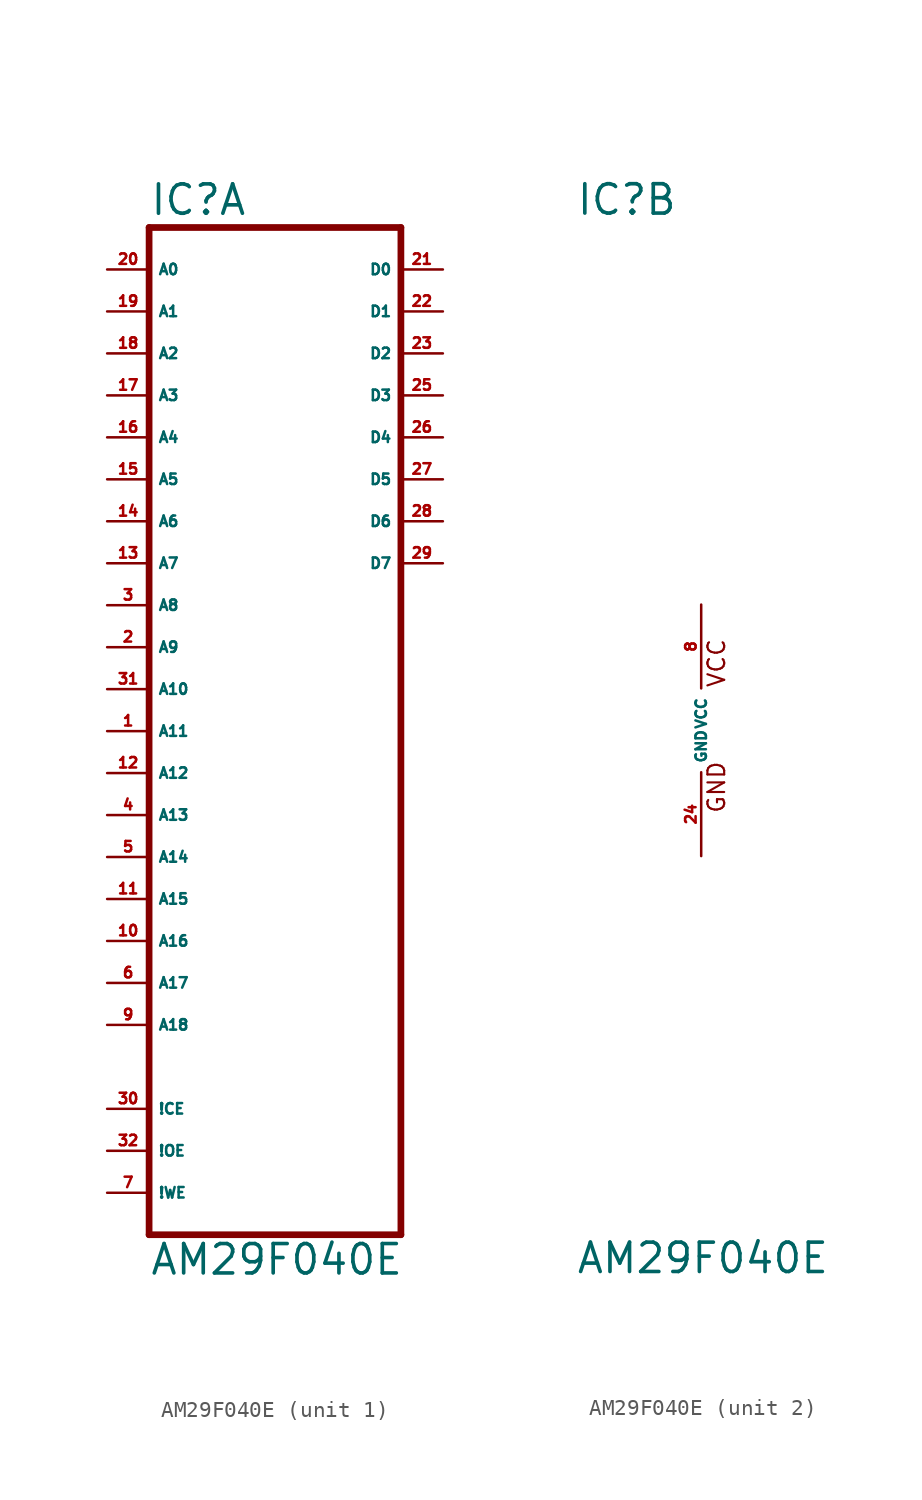
<source format=kicad_sym>
(kicad_symbol_lib
  (version 20220914)
  (generator Eagle2Kicad)
  (symbol "AM29F040E"
    (property "Reference" "IC"
      (at -7.62 31.115 0)
      (effects (font (size 1.778 1.778) (thickness 0.22)) (justify left bottom)))
    (property "Value" "AM29F040E"
      (at -7.62 -33.02 0)
      (effects (font (size 1.778 1.778) (thickness 0.22)) (justify left bottom)))
    (symbol "AM29F040E_1_0"
      (polyline (pts (xy -7.62 -30.48) (xy 7.62 -30.48)) (stroke (width 0.406) (type default)) (fill (type none)))
      (polyline (pts (xy 7.62 -30.48) (xy 7.62 30.48)) (stroke (width 0.406) (type default)) (fill (type none)))
      (polyline (pts (xy 7.62 30.48) (xy -7.62 30.48)) (stroke (width 0.406) (type default)) (fill (type none)))
      (polyline (pts (xy -7.62 30.48) (xy -7.62 -30.48)) (stroke (width 0.406) (type default)) (fill (type none)))
      (pin input line (at -10.16 -27.94 0) (length 2.54) (name "!WE" (effects (font (size 0.635 0.635) (thickness 0.08)) (justify left bottom))) (number "7" (effects (font (size 0.635 0.635) (thickness 0.08)) (justify left bottom))))
      (pin input line (at -10.16 -2.54 0) (length 2.54) (name "A12" (effects (font (size 0.635 0.635) (thickness 0.08)) (justify left bottom))) (number "12" (effects (font (size 0.635 0.635) (thickness 0.08)) (justify left bottom))))
      (pin input line (at -10.16 10.16 0) (length 2.54) (name "A7" (effects (font (size 0.635 0.635) (thickness 0.08)) (justify left bottom))) (number "13" (effects (font (size 0.635 0.635) (thickness 0.08)) (justify left bottom))))
      (pin input line (at -10.16 12.7 0) (length 2.54) (name "A6" (effects (font (size 0.635 0.635) (thickness 0.08)) (justify left bottom))) (number "14" (effects (font (size 0.635 0.635) (thickness 0.08)) (justify left bottom))))
      (pin input line (at -10.16 15.24 0) (length 2.54) (name "A5" (effects (font (size 0.635 0.635) (thickness 0.08)) (justify left bottom))) (number "15" (effects (font (size 0.635 0.635) (thickness 0.08)) (justify left bottom))))
      (pin input line (at -10.16 17.78 0) (length 2.54) (name "A4" (effects (font (size 0.635 0.635) (thickness 0.08)) (justify left bottom))) (number "16" (effects (font (size 0.635 0.635) (thickness 0.08)) (justify left bottom))))
      (pin input line (at -10.16 20.32 0) (length 2.54) (name "A3" (effects (font (size 0.635 0.635) (thickness 0.08)) (justify left bottom))) (number "17" (effects (font (size 0.635 0.635) (thickness 0.08)) (justify left bottom))))
      (pin input line (at -10.16 22.86 0) (length 2.54) (name "A2" (effects (font (size 0.635 0.635) (thickness 0.08)) (justify left bottom))) (number "18" (effects (font (size 0.635 0.635) (thickness 0.08)) (justify left bottom))))
      (pin input line (at -10.16 25.4 0) (length 2.54) (name "A1" (effects (font (size 0.635 0.635) (thickness 0.08)) (justify left bottom))) (number "19" (effects (font (size 0.635 0.635) (thickness 0.08)) (justify left bottom))))
      (pin input line (at -10.16 27.94 0) (length 2.54) (name "A0" (effects (font (size 0.635 0.635) (thickness 0.08)) (justify left bottom))) (number "20" (effects (font (size 0.635 0.635) (thickness 0.08)) (justify left bottom))))
      (pin tri_state line (at 10.16 27.94 180) (length 2.54) (name "D0" (effects (font (size 0.635 0.635) (thickness 0.08)) (justify left bottom))) (number "21" (effects (font (size 0.635 0.635) (thickness 0.08)) (justify left bottom))))
      (pin input line (at -10.16 -22.86 0) (length 2.54) (name "!CE" (effects (font (size 0.635 0.635) (thickness 0.08)) (justify left bottom))) (number "30" (effects (font (size 0.635 0.635) (thickness 0.08)) (justify left bottom))))
      (pin input line (at -10.16 2.54 0) (length 2.54) (name "A10" (effects (font (size 0.635 0.635) (thickness 0.08)) (justify left bottom))) (number "31" (effects (font (size 0.635 0.635) (thickness 0.08)) (justify left bottom))))
      (pin input line (at -10.16 -25.4 0) (length 2.54) (name "!OE" (effects (font (size 0.635 0.635) (thickness 0.08)) (justify left bottom))) (number "32" (effects (font (size 0.635 0.635) (thickness 0.08)) (justify left bottom))))
      (pin input line (at -10.16 0 0) (length 2.54) (name "A11" (effects (font (size 0.635 0.635) (thickness 0.08)) (justify left bottom))) (number "1" (effects (font (size 0.635 0.635) (thickness 0.08)) (justify left bottom))))
      (pin input line (at -10.16 5.08 0) (length 2.54) (name "A9" (effects (font (size 0.635 0.635) (thickness 0.08)) (justify left bottom))) (number "2" (effects (font (size 0.635 0.635) (thickness 0.08)) (justify left bottom))))
      (pin input line (at -10.16 7.62 0) (length 2.54) (name "A8" (effects (font (size 0.635 0.635) (thickness 0.08)) (justify left bottom))) (number "3" (effects (font (size 0.635 0.635) (thickness 0.08)) (justify left bottom))))
      (pin input line (at -10.16 -5.08 0) (length 2.54) (name "A13" (effects (font (size 0.635 0.635) (thickness 0.08)) (justify left bottom))) (number "4" (effects (font (size 0.635 0.635) (thickness 0.08)) (justify left bottom))))
      (pin input line (at -10.16 -7.62 0) (length 2.54) (name "A14" (effects (font (size 0.635 0.635) (thickness 0.08)) (justify left bottom))) (number "5" (effects (font (size 0.635 0.635) (thickness 0.08)) (justify left bottom))))
      (pin input line (at -10.16 -10.16 0) (length 2.54) (name "A15" (effects (font (size 0.635 0.635) (thickness 0.08)) (justify left bottom))) (number "11" (effects (font (size 0.635 0.635) (thickness 0.08)) (justify left bottom))))
      (pin input line (at -10.16 -12.7 0) (length 2.54) (name "A16" (effects (font (size 0.635 0.635) (thickness 0.08)) (justify left bottom))) (number "10" (effects (font (size 0.635 0.635) (thickness 0.08)) (justify left bottom))))
      (pin input line (at -10.16 -15.24 0) (length 2.54) (name "A17" (effects (font (size 0.635 0.635) (thickness 0.08)) (justify left bottom))) (number "6" (effects (font (size 0.635 0.635) (thickness 0.08)) (justify left bottom))))
      (pin input line (at -10.16 -17.78 0) (length 2.54) (name "A18" (effects (font (size 0.635 0.635) (thickness 0.08)) (justify left bottom))) (number "9" (effects (font (size 0.635 0.635) (thickness 0.08)) (justify left bottom))))
      (pin tri_state line (at 10.16 25.4 180) (length 2.54) (name "D1" (effects (font (size 0.635 0.635) (thickness 0.08)) (justify left bottom))) (number "22" (effects (font (size 0.635 0.635) (thickness 0.08)) (justify left bottom))))
      (pin tri_state line (at 10.16 22.86 180) (length 2.54) (name "D2" (effects (font (size 0.635 0.635) (thickness 0.08)) (justify left bottom))) (number "23" (effects (font (size 0.635 0.635) (thickness 0.08)) (justify left bottom))))
      (pin tri_state line (at 10.16 20.32 180) (length 2.54) (name "D3" (effects (font (size 0.635 0.635) (thickness 0.08)) (justify left bottom))) (number "25" (effects (font (size 0.635 0.635) (thickness 0.08)) (justify left bottom))))
      (pin tri_state line (at 10.16 17.78 180) (length 2.54) (name "D4" (effects (font (size 0.635 0.635) (thickness 0.08)) (justify left bottom))) (number "26" (effects (font (size 0.635 0.635) (thickness 0.08)) (justify left bottom))))
      (pin tri_state line (at 10.16 15.24 180) (length 2.54) (name "D5" (effects (font (size 0.635 0.635) (thickness 0.08)) (justify left bottom))) (number "27" (effects (font (size 0.635 0.635) (thickness 0.08)) (justify left bottom))))
      (pin tri_state line (at 10.16 12.7 180) (length 2.54) (name "D6" (effects (font (size 0.635 0.635) (thickness 0.08)) (justify left bottom))) (number "28" (effects (font (size 0.635 0.635) (thickness 0.08)) (justify left bottom))))
      (pin tri_state line (at 10.16 10.16 180) (length 2.54) (name "D7" (effects (font (size 0.635 0.635) (thickness 0.08)) (justify left bottom))) (number "29" (effects (font (size 0.635 0.635) (thickness 0.08)) (justify left bottom)))))
    (symbol "AM29F040E_2_0"
      (text "GND" (at 1.524 -5.08 900) (effects (font (size 1.016 1.016) (thickness 0.13)) (justify left bottom)))
      (text "VCC" (at 1.524 2.54 900) (effects (font (size 1.016 1.016) (thickness 0.13)) (justify left bottom)))
      (pin unspecified line (at 0 7.62 270) (length 5.08) (name "VCC" (effects (font (size 0.635 0.635) (thickness 0.08)) (justify left bottom))) (number "8" (effects (font (size 0.635 0.635) (thickness 0.08)) (justify left bottom))))
      (pin unspecified line (at 0 -7.62 90) (length 5.08) (name "GND" (effects (font (size 0.635 0.635) (thickness 0.08)) (justify left bottom))) (number "24" (effects (font (size 0.635 0.635) (thickness 0.08)) (justify left bottom)))))))
</source>
